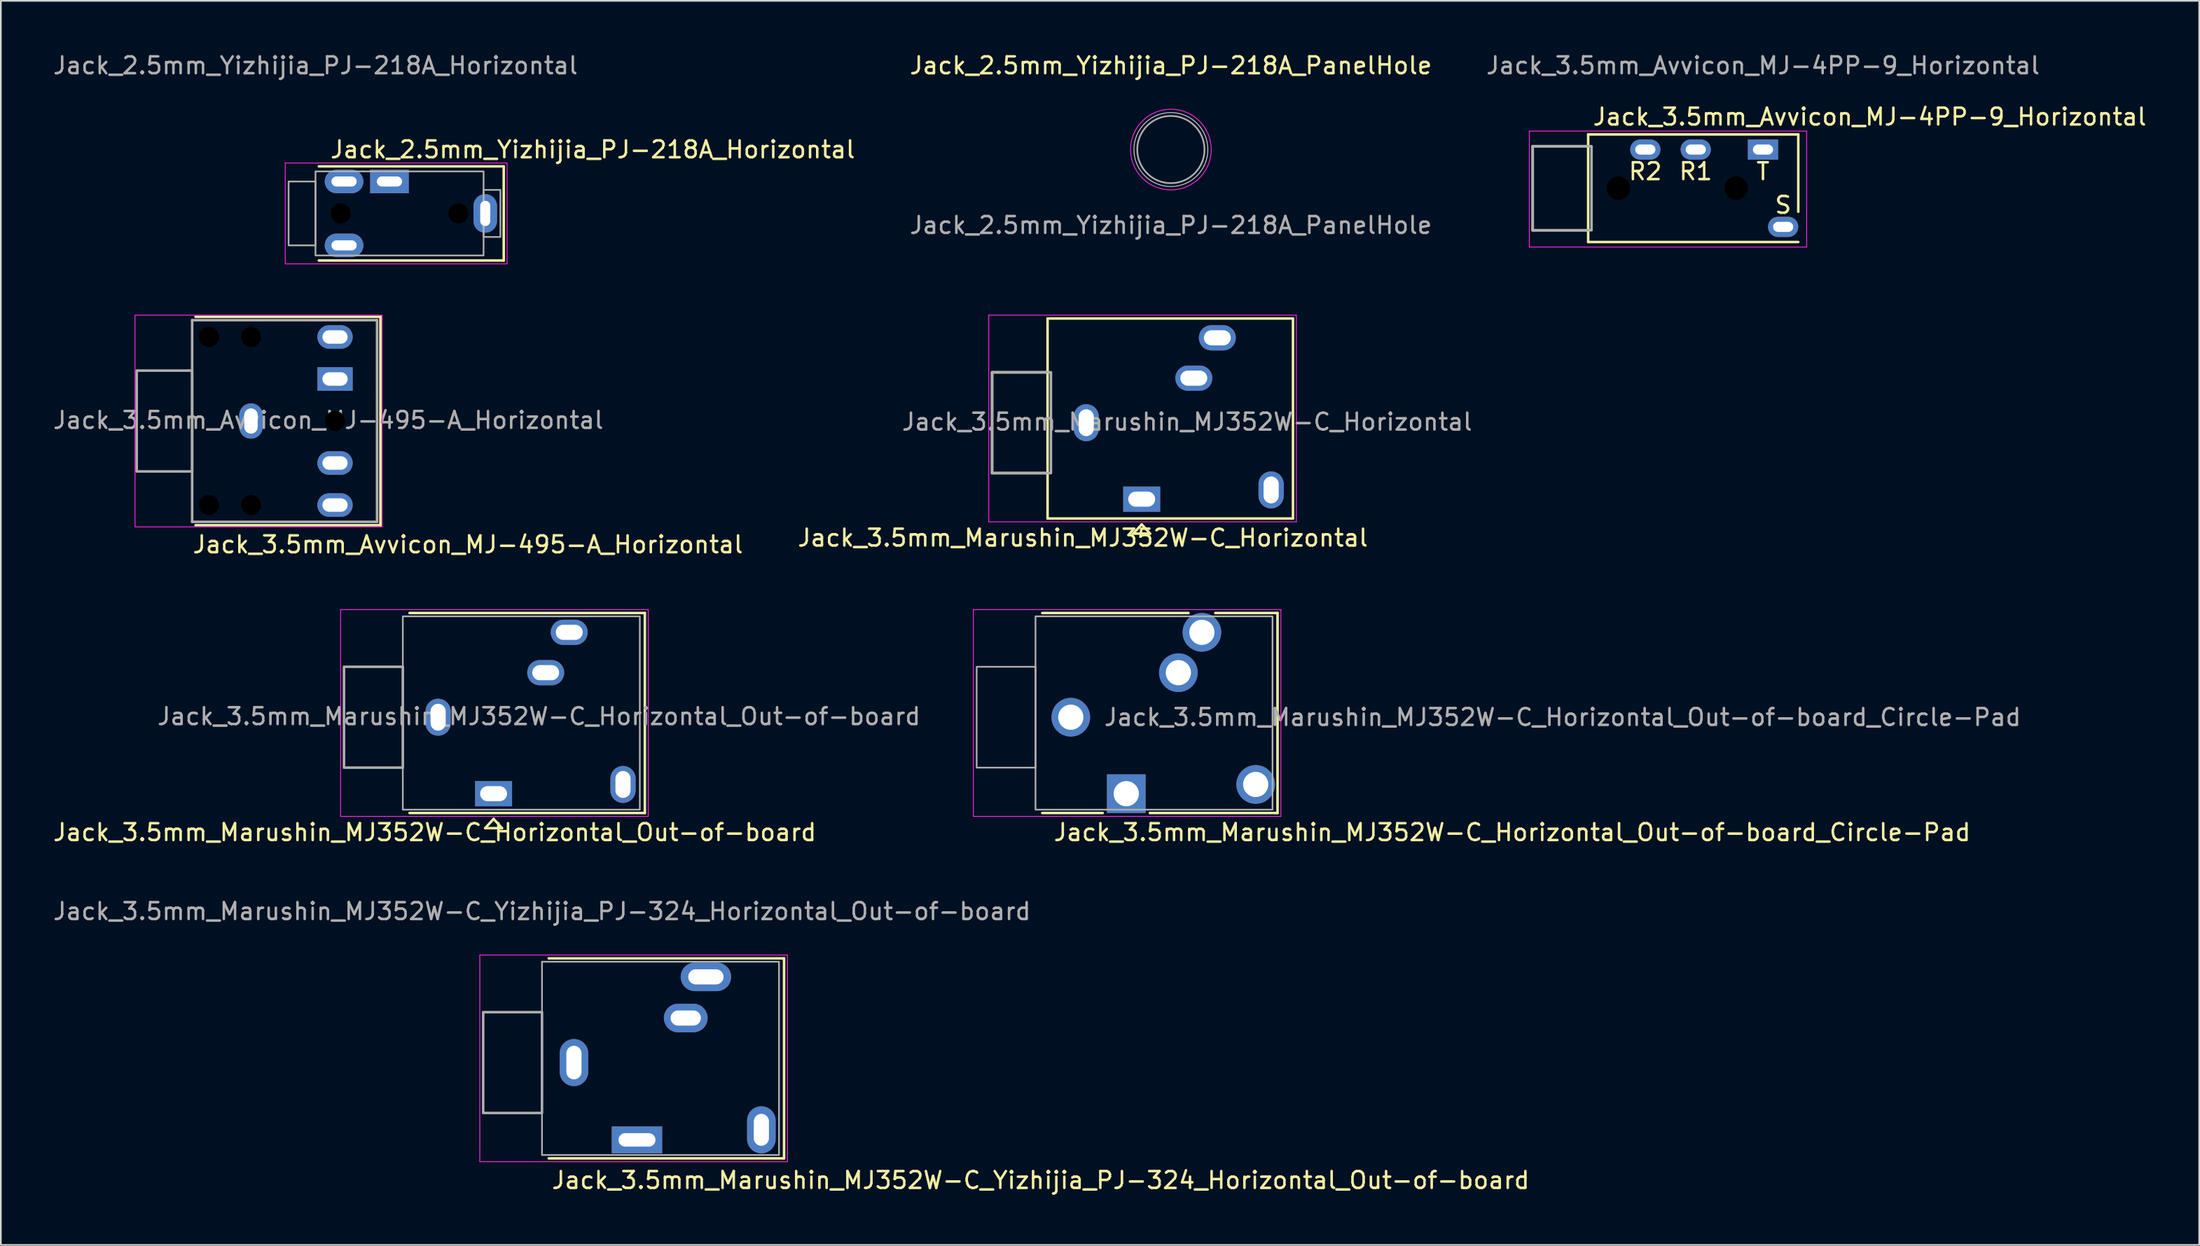
<source format=kicad_pcb>
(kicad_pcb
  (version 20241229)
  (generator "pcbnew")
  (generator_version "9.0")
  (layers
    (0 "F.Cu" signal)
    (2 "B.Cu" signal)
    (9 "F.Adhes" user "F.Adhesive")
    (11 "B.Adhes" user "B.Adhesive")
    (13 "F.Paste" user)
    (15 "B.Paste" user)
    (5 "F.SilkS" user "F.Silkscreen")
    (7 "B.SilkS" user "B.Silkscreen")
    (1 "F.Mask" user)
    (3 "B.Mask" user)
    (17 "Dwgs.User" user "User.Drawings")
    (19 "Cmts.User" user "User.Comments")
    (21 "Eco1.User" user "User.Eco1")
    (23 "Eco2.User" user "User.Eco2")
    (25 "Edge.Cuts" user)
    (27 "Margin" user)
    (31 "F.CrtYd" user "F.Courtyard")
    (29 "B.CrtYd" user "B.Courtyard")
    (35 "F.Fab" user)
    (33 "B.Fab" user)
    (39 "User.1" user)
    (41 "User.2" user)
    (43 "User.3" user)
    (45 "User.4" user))
  (footprint "Jack_3.5mm_Avvicon_MJ-495-A_Horizontal"
    (layer "F.Cu")
    (at 16.882 19.498)
    (property "Reference" "Jack_3.5mm_Avvicon_MJ-495-A_Horizontal" (at -8.55 9.85 0) (layer "F.SilkS") (effects (font (size 1 1) (thickness 0.15)) (justify left)))
    (attr through_hole)
    (fp_line (start -8.3 -3.7) (end 2.7 -3.7) (stroke (width 0.15) (type solid)) (layer "F.SilkS"))
    (fp_line (start 2.7 -3.7) (end 2.7 8.7) (stroke (width 0.15) (type solid)) (layer "F.SilkS"))
    (fp_line (start 2.7 8.7) (end -8.3 8.7) (stroke (width 0.15) (type solid)) (layer "F.SilkS"))
    (fp_rect (start -11.9 -3.8) (end 2.8 8.8) (stroke (width 0.05) (type default)) (fill no) (layer "F.CrtYd"))
    (fp_line (start -8.5 -3.5) (end -8.5 8.5) (stroke (width 0.15) (type default)) (layer "F.Fab"))
    (fp_line (start -8.5 8.5) (end 2.5 8.5) (stroke (width 0.15) (type default)) (layer "F.Fab"))
    (fp_line (start 2.5 -3.5) (end -8.5 -3.5) (stroke (width 0.15) (type default)) (layer "F.Fab"))
    (fp_line (start 2.5 8.5) (end 2.5 -3.5) (stroke (width 0.15) (type default)) (layer "F.Fab"))
    (fp_rect (start -11.8 -0.5) (end -8.5 5.5) (stroke (width 0.15) (type default)) (fill no) (layer "F.Fab"))
    (fp_text user "${REFERENCE}" (at -0.4 2.45 0) (layer "F.Fab") (effects (font (size 1 1) (thickness 0.15))))
    (pad "" np_thru_hole circle (at -7.5 -2.5) (size 1.3 1.3) (drill 1.2) (layers "*.Mask"))
    (pad "" np_thru_hole circle (at -7.5 7.5) (size 1.3 1.3) (drill 1.2) (layers "*.Mask"))
    (pad "" np_thru_hole circle (at -5 -2.5) (size 1.3 1.3) (drill 1.2) (layers "*.Mask"))
    (pad "" np_thru_hole circle (at -5 7.5) (size 1.3 1.3) (drill 1.2) (layers "*.Mask"))
    (pad "" np_thru_hole circle (at 0 2.5) (size 1.3 1.3) (drill 1.2) (layers "*.Mask"))
    (pad "R" thru_hole oval (at 0 7.5) (size 2.1 1.4) (drill oval 1.5 0.8) (layers "*.Cu" "*.Mask"))
    (pad "RN" thru_hole oval (at 0 5) (size 2.1 1.4) (drill oval 1.5 0.8) (layers "*.Cu" "*.Mask"))
    (pad "S" thru_hole oval (at -5 2.5 90) (size 2.1 1.4) (drill oval 1.5 0.8) (layers "*.Cu" "*.Mask"))
    (pad "T" thru_hole rect (at 0 0) (size 2.1 1.4) (drill oval 1.5 0.8) (layers "*.Cu" "*.Mask"))
    (pad "TN" thru_hole oval (at 0 -2.5) (size 2.1 1.4) (drill oval 1.5 0.8) (layers "*.Cu" "*.Mask")))
  (footprint "Jack_3.5mm_Marushin_MJ352W-C_Horizontal_Out-of-board_Circle-Pad"
    (layer "F.Cu")
    (at 58.556 39.621)
    (property "Reference" "Jack_3.5mm_Marushin_MJ352W-C_Horizontal_Out-of-board_Circle-Pad" (at 1 6.85 0) (layer "F.SilkS") (effects (font (size 1 1) (thickness 0.15)) (justify left)))
    (attr through_hole)
    (fp_line (start 0.4 -6.2) (end 9.1 -6.2) (stroke (width 0.15) (type solid)) (layer "F.SilkS"))
    (fp_line (start 4 5.7) (end 0.4 5.7) (stroke (width 0.15) (type solid)) (layer "F.SilkS"))
    (fp_line (start 10.7 -6.2) (end 14.4 -6.2) (stroke (width 0.15) (type solid)) (layer "F.SilkS"))
    (fp_line (start 14.4 -6.2) (end 14.4 5.7) (stroke (width 0.15) (type solid)) (layer "F.SilkS"))
    (fp_line (start 14.4 5.7) (end 6.8 5.7) (stroke (width 0.15) (type solid)) (layer "F.SilkS"))
    (fp_line (start -3.7 -6.4) (end -3.7 5.9) (stroke (width 0.05) (type solid)) (layer "F.CrtYd"))
    (fp_line (start -3.7 5.9) (end 14.6 5.9) (stroke (width 0.05) (type solid)) (layer "F.CrtYd"))
    (fp_line (start 14.6 -6.4) (end -3.7 -6.4) (stroke (width 0.05) (type solid)) (layer "F.CrtYd"))
    (fp_line (start 14.6 5.9) (end 14.6 -6.4) (stroke (width 0.05) (type solid)) (layer "F.CrtYd"))
    (fp_rect (start -3.5 -3) (end 0 3) (stroke (width 0.1) (type default)) (fill no) (layer "F.Fab"))
    (fp_rect (start 0 -6) (end 14.1 5.5) (stroke (width 0.1) (type default)) (fill no) (layer "F.Fab"))
    (fp_text user "${REFERENCE}" (at 4 0 0) (layer "F.Fab") (effects (font (size 1 1) (thickness 0.15)) (justify left)))
    (pad "R" thru_hole circle (at 9.9 -5.05 90) (size 2.3 2.3) (drill 1.5) (layers "*.Cu" "*.Mask"))
    (pad "RN" thru_hole circle (at 8.5 -2.65 90) (size 2.3 2.3) (drill 1.5) (layers "*.Cu" "*.Mask"))
    (pad "S" thru_hole circle (at 2.1 0 90) (size 2.3 2.3) (drill 1.5) (layers "*.Cu" "*.Mask"))
    (pad "T" thru_hole rect (at 5.4 4.55) (size 2.3 2.3) (drill 1.5) (layers "*.Cu" "*.Mask"))
    (pad "TN" thru_hole circle (at 13.1 4 90) (size 2.3 2.3) (drill 1.5) (layers "*.Cu" "*.Mask")))
  (footprint "Jack_2.5mm_Yizhijia_PJ-218A_Horizontal"
    (layer "F.Cu")
    (at 15.72 9.648)
    (property "Reference" "Jack_2.5mm_Yizhijia_PJ-218A_Horizontal" (at 0.8 -3.8 0) (layer "F.SilkS") (effects (font (size 1 1) (thickness 0.15)) (justify left)))
    (attr through_hole)
    (fp_line (start 0.2 -2.8) (end 11.2 -2.8) (stroke (width 0.15) (type solid)) (layer "F.SilkS"))
    (fp_line (start 11.2 -2.8) (end 11.2 2.8) (stroke (width 0.15) (type solid)) (layer "F.SilkS"))
    (fp_line (start 11.2 2.8) (end 0.2 2.8) (stroke (width 0.15) (type solid)) (layer "F.SilkS"))
    (fp_rect (start 11.4 -3) (end -1.8 3) (stroke (width 0.05) (type default)) (fill no) (layer "F.CrtYd"))
    (fp_rect (start -1.6 -1.9) (end 0 1.9) (stroke (width 0.1) (type default)) (fill no) (layer "F.Fab"))
    (fp_rect (start 0 -2.5) (end 10 2.5) (stroke (width 0.1) (type default)) (fill no) (layer "F.Fab"))
    (fp_rect (start 10 -1.4) (end 11 1.4) (stroke (width 0.1) (type default)) (fill no) (layer "F.Fab"))
    (fp_text user "${REFERENCE}" (at 0 -8.8 0) (layer "F.Fab") (effects (font (size 1 1) (thickness 0.15))))
    (pad "" np_thru_hole circle (at 1.5 0) (size 1.4 1.4) (drill 1.2) (layers "*.Mask"))
    (pad "" np_thru_hole circle (at 8.5 0) (size 1.4 1.4) (drill 1.2) (layers "*.Mask"))
    (pad "R1" thru_hole oval (at 10.1 0 90) (size 2.3 1.4) (drill oval 1.5 0.6) (layers "*.Cu" "*.Mask"))
    (pad "R2" thru_hole oval (at 1.7 -1.9) (size 2.3 1.4) (drill oval 1.5 0.6) (layers "*.Cu" "*.Mask"))
    (pad "S" thru_hole oval (at 1.7 1.9) (size 2.3 1.4) (drill oval 1.5 0.6) (layers "*.Cu" "*.Mask"))
    (pad "T" thru_hole rect (at 4.4 -1.9) (size 2.3 1.4) (drill oval 1.5 0.6) (layers "*.Cu" "*.Mask")))
  (footprint "Jack_3.5mm_Marushin_MJ352W-C_Horizontal"
    (layer "F.Cu")
    (at 64.874 26.648)
    (property "Reference" "Jack_3.5mm_Marushin_MJ352W-C_Horizontal" (at -3.5 2.3 0) (layer "F.SilkS") (effects (font (size 1 1) (thickness 0.15))))
    (attr through_hole)
    (fp_line (start -8.9 -7.55) (end -8.9 -1.55) (stroke (width 0.15) (type default)) (layer "F.SilkS"))
    (fp_line (start -8.9 -1.55) (end -5.6 -1.55) (stroke (width 0.15) (type default)) (layer "F.SilkS"))
    (fp_line (start -5.6 -10.75) (end 9 -10.75) (stroke (width 0.15) (type solid)) (layer "F.SilkS"))
    (fp_line (start -5.6 -7.55) (end -8.9 -7.55) (stroke (width 0.15) (type default)) (layer "F.SilkS"))
    (fp_line (start -5.6 1.15) (end -5.6 -10.75) (stroke (width 0.15) (type solid)) (layer "F.SilkS"))
    (fp_line (start -0.5 2.05) (end 0.5 2.05) (stroke (width 0.15) (type solid)) (layer "F.SilkS"))
    (fp_line (start 0 1.5) (end -0.5 2.05) (stroke (width 0.15) (type solid)) (layer "F.SilkS"))
    (fp_line (start 0.5 2.05) (end 0 1.5) (stroke (width 0.15) (type solid)) (layer "F.SilkS"))
    (fp_line (start 9 -10.75) (end 9 1.15) (stroke (width 0.15) (type solid)) (layer "F.SilkS"))
    (fp_line (start 9 1.15) (end -5.6 1.15) (stroke (width 0.15) (type solid)) (layer "F.SilkS"))
    (fp_line (start -9.1 -10.95) (end -9.1 1.35) (stroke (width 0.05) (type solid)) (layer "F.CrtYd"))
    (fp_line (start -9.1 1.35) (end 9.2 1.35) (stroke (width 0.05) (type solid)) (layer "F.CrtYd"))
    (fp_line (start 9.2 -10.95) (end -9.1 -10.95) (stroke (width 0.05) (type solid)) (layer "F.CrtYd"))
    (fp_line (start 9.2 1.35) (end 9.2 -10.95) (stroke (width 0.05) (type solid)) (layer "F.CrtYd"))
    (fp_rect (start -8.9 -7.55) (end -5.4 -1.55) (stroke (width 0.15) (type default)) (fill no) (layer "F.Fab"))
    (fp_text user "${REFERENCE}" (at 2.7 -4.6 0) (layer "F.Fab") (effects (font (size 1 1) (thickness 0.15))))
    (pad "R" thru_hole oval (at 4.5 -9.6) (size 2.2 1.5) (drill oval 1.6 0.9) (layers "*.Cu" "*.Mask"))
    (pad "RN" thru_hole oval (at 3.1 -7.2) (size 2.2 1.5) (drill oval 1.6 0.9) (layers "*.Cu" "*.Mask"))
    (pad "S" thru_hole oval (at -3.3 -4.55 90) (size 2.2 1.5) (drill oval 1.6 0.9) (layers "*.Cu" "*.Mask"))
    (pad "T" thru_hole rect (at 0 0) (size 2.2 1.5) (drill oval 1.6 0.9) (layers "*.Cu" "*.Mask"))
    (pad "TN" thru_hole oval (at 7.7 -0.55 90) (size 2.2 1.5) (drill oval 1.6 0.9) (layers "*.Cu" "*.Mask")))
  (footprint "Jack_3.5mm_Marushin_MJ352W-C_Horizontal_Out-of-board"
    (layer "F.Cu")
    (at 20.915 39.621)
    (property "Reference" "Jack_3.5mm_Marushin_MJ352W-C_Horizontal_Out-of-board" (at 1.9 6.85 0) (layer "F.SilkS") (effects (font (size 1 1) (thickness 0.15))))
    (attr through_hole)
    (fp_line (start 0.4 -6.2) (end 14.4 -6.2) (stroke (width 0.15) (type solid)) (layer "F.SilkS"))
    (fp_line (start 4.9 6.6) (end 5.9 6.6) (stroke (width 0.15) (type solid)) (layer "F.SilkS"))
    (fp_line (start 5.4 6.05) (end 4.9 6.6) (stroke (width 0.15) (type solid)) (layer "F.SilkS"))
    (fp_line (start 5.9 6.6) (end 5.4 6.05) (stroke (width 0.15) (type solid)) (layer "F.SilkS"))
    (fp_line (start 14.4 -6.2) (end 14.4 5.7) (stroke (width 0.15) (type solid)) (layer "F.SilkS"))
    (fp_line (start 14.4 5.7) (end 0.4 5.7) (stroke (width 0.15) (type solid)) (layer "F.SilkS"))
    (fp_line (start -3.7 -6.4) (end -3.7 5.9) (stroke (width 0.05) (type solid)) (layer "F.CrtYd"))
    (fp_line (start -3.7 5.9) (end 14.6 5.9) (stroke (width 0.05) (type solid)) (layer "F.CrtYd"))
    (fp_line (start 14.6 -6.4) (end -3.7 -6.4) (stroke (width 0.05) (type solid)) (layer "F.CrtYd"))
    (fp_line (start 14.6 5.9) (end 14.6 -6.4) (stroke (width 0.05) (type solid)) (layer "F.CrtYd"))
    (fp_rect (start -3.5 -3) (end 0 3) (stroke (width 0.15) (type default)) (fill no) (layer "F.Fab"))
    (fp_rect (start 0 -6) (end 14.1 5.5) (stroke (width 0.1) (type default)) (fill no) (layer "F.Fab"))
    (fp_text user "${REFERENCE}" (at 8.1 -0.05 0) (layer "F.Fab") (effects (font (size 1 1) (thickness 0.15))))
    (pad "R" thru_hole oval (at 9.9 -5.05) (size 2.2 1.5) (drill oval 1.6 0.9) (layers "*.Cu" "*.Mask"))
    (pad "RN" thru_hole oval (at 8.5 -2.65) (size 2.2 1.5) (drill oval 1.6 0.9) (layers "*.Cu" "*.Mask"))
    (pad "S" thru_hole oval (at 2.1 0 90) (size 2.2 1.5) (drill oval 1.6 0.9) (layers "*.Cu" "*.Mask"))
    (pad "T" thru_hole rect (at 5.4 4.55) (size 2.2 1.5) (drill oval 1.6 0.9) (layers "*.Cu" "*.Mask"))
    (pad "TN" thru_hole oval (at 13.1 4 90) (size 2.2 1.5) (drill oval 1.6 0.9) (layers "*.Cu" "*.Mask")))
  (footprint "Jack_2.5mm_Yizhijia_PJ-218A_PanelHole"
    (layer "F.Cu")
    (at 66.61 7.848)
    (property "Reference" "Jack_2.5mm_Yizhijia_PJ-218A_PanelHole" (at 0 -7 0) (unlocked yes) (layer "F.SilkS") (effects (font (size 1 1) (thickness 0.15))))
    (attr board_only exclude_from_pos_files exclude_from_bom)
    (fp_circle (center 0 -2) (end 2.2 -2) (stroke (width 0.05) (type default)) (fill no) (layer "Edge.Cuts"))
    (fp_circle (center 0 -2) (end 2.4 -2) (stroke (width 0.05) (type default)) (fill no) (layer "F.CrtYd"))
    (fp_circle (center 0 -2) (end 2 -2) (stroke (width 0.1) (type default)) (fill no) (layer "F.Fab"))
    (fp_text user "${REFERENCE}" (at 0 2.5 0) (unlocked yes) (layer "F.Fab") (effects (font (size 1 1) (thickness 0.15)))))
  (footprint "Jack_3.5mm_Avvicon_MJ-4PP-9_Horizontal"
    (layer "F.Cu")
    (at 101.836 5.848)
    (property "Reference" "Jack_3.5mm_Avvicon_MJ-4PP-9_Horizontal" (at -10.2 -1.95 0) (layer "F.SilkS") (effects (font (size 1 1) (thickness 0.15)) (justify left)))
    (attr through_hole)
    (fp_line (start -13.7 -0.2) (end -13.7 4.8) (stroke (width 0.15) (type default)) (layer "F.SilkS"))
    (fp_line (start -13.7 4.8) (end -10.4 4.8) (stroke (width 0.15) (type default)) (layer "F.SilkS"))
    (fp_line (start -10.4 -0.9) (end 2.1 -0.9) (stroke (width 0.15) (type solid)) (layer "F.SilkS"))
    (fp_line (start -10.4 -0.2) (end -13.7 -0.2) (stroke (width 0.15) (type default)) (layer "F.SilkS"))
    (fp_line (start -10.4 5.5) (end -10.4 -0.9) (stroke (width 0.15) (type solid)) (layer "F.SilkS"))
    (fp_line (start 2.1 -0.9) (end 2.1 3.7) (stroke (width 0.15) (type solid)) (layer "F.SilkS"))
    (fp_line (start 2.1 5.5) (end -10.4 5.5) (stroke (width 0.15) (type solid)) (layer "F.SilkS"))
    (fp_line (start -13.9 -1.1) (end -13.9 5.8) (stroke (width 0.05) (type default)) (layer "F.CrtYd"))
    (fp_line (start -13.9 5.8) (end 2.6 5.8) (stroke (width 0.05) (type default)) (layer "F.CrtYd"))
    (fp_line (start 2.6 -1.1) (end -13.9 -1.1) (stroke (width 0.05) (type default)) (layer "F.CrtYd"))
    (fp_line (start 2.6 5.8) (end 2.6 -1.1) (stroke (width 0.05) (type default)) (layer "F.CrtYd"))
    (fp_rect (start -13.7 -0.2) (end -10.2 4.8) (stroke (width 0.15) (type default)) (fill no) (layer "F.Fab"))
    (fp_text user "R2" (at -7 1.3 0) (unlocked yes) (layer "F.SilkS") (effects (font (size 1 1) (thickness 0.15))))
    (fp_text user "T" (at 0 1.3 0) (unlocked yes) (layer "F.SilkS") (effects (font (size 1 1) (thickness 0.15))))
    (fp_text user "S" (at 1.2 3.3 0) (unlocked yes) (layer "F.SilkS") (effects (font (size 1 1) (thickness 0.15))))
    (fp_text user "R1" (at -4 1.3 0) (unlocked yes) (layer "F.SilkS") (effects (font (size 1 1) (thickness 0.15))))
    (fp_text user "${REFERENCE}" (at 0 -5 0) (layer "F.Fab") (effects (font (size 1 1) (thickness 0.15))))
    (pad "" np_thru_hole circle (at -8.6 2.3 90) (size 1.6 1.6) (drill 1.4) (layers "*.Mask"))
    (pad "" np_thru_hole circle (at -1.6 2.3 90) (size 1.6 1.6) (drill 1.4) (layers "*.Mask"))
    (pad "R1" thru_hole oval (at -4 0) (size 1.8 1.2) (drill oval 1.2 0.6) (layers "*.Cu" "*.Mask"))
    (pad "R2" thru_hole oval (at -7 0) (size 1.8 1.2) (drill oval 1.2 0.6) (layers "*.Cu" "*.Mask"))
    (pad "S" thru_hole oval (at 1.2 4.6) (size 1.8 1.2) (drill oval 1.2 0.6) (layers "*.Cu" "*.Mask"))
    (pad "T" thru_hole rect (at 0 0) (size 1.8 1.2) (drill oval 1.2 0.6) (layers "*.Cu" "*.Mask")))
  (footprint "Jack_3.5mm_Marushin_MJ352W-C_Yizhijia_PJ-324_Horizontal_Out-of-board"
    (layer "F.Cu")
    (at 29.196 60.168)
    (property "Reference" "Jack_3.5mm_Marushin_MJ352W-C_Yizhijia_PJ-324_Horizontal_Out-of-board" (at 0.5 7 0) (layer "F.SilkS") (effects (font (size 1 1) (thickness 0.15)) (justify left)))
    (attr through_hole)
    (fp_line (start 0.4 -6.2) (end 14.4 -6.2) (stroke (width 0.15) (type solid)) (layer "F.SilkS"))
    (fp_line (start 14.4 -6.2) (end 14.4 5.7) (stroke (width 0.15) (type solid)) (layer "F.SilkS"))
    (fp_line (start 14.4 5.7) (end 0.4 5.7) (stroke (width 0.15) (type solid)) (layer "F.SilkS"))
    (fp_line (start -3.7 -6.4) (end -3.7 5.9) (stroke (width 0.05) (type solid)) (layer "F.CrtYd"))
    (fp_line (start -3.7 5.9) (end 14.6 5.9) (stroke (width 0.05) (type solid)) (layer "F.CrtYd"))
    (fp_line (start 14.6 -6.4) (end -3.7 -6.4) (stroke (width 0.05) (type solid)) (layer "F.CrtYd"))
    (fp_line (start 14.6 5.9) (end 14.6 -6.4) (stroke (width 0.05) (type solid)) (layer "F.CrtYd"))
    (fp_line (start 2.1 -0.7) (end 2.1 0.7) (stroke (width 0.2) (type default)) (layer "F.Fab"))
    (fp_line (start 4.7 4.55) (end 6.1 4.55) (stroke (width 0.2) (type default)) (layer "F.Fab"))
    (fp_line (start 7.8 -2.65) (end 9.2 -2.65) (stroke (width 0.2) (type default)) (layer "F.Fab"))
    (fp_line (start 9.2 -5) (end 10.6 -5) (stroke (width 0.2) (type default)) (layer "F.Fab"))
    (fp_line (start 13.1 3.3) (end 13.1 4.7) (stroke (width 0.2) (type default)) (layer "F.Fab"))
    (fp_rect (start -3.5 -3) (end 0 3) (stroke (width 0.15) (type default)) (fill no) (layer "F.Fab"))
    (fp_rect (start 0 -6) (end 14.1 5.5) (stroke (width 0.1) (type default)) (fill no) (layer "F.Fab"))
    (fp_line (start 1.7 -0.7) (end 1.7 0.7) (stroke (width 0.2) (type default)) (layer "User.2"))
    (fp_line (start 6.6 4.6) (end 5.2 4.6) (stroke (width 0.2) (type default)) (layer "User.2"))
    (fp_line (start 7.9 -2.6) (end 9.3 -2.6) (stroke (width 0.2) (type default)) (layer "User.2"))
    (fp_line (start 8.9 -5.2) (end 10.3 -5.2) (stroke (width 0.2) (type default)) (layer "User.2"))
    (fp_line (start 13 3.4) (end 13 4.8) (stroke (width 0.2) (type default)) (layer "User.2"))
    (fp_text user "${REFERENCE}" (at 0 -9 0) (layer "F.Fab") (effects (font (size 1 1) (thickness 0.15))))
    (pad "R" thru_hole oval (at 9.75 -5.1) (size 3 1.7) (drill oval 2.1 0.9) (layers "*.Cu" "*.Mask"))
    (pad "RN" thru_hole oval (at 8.55 -2.65) (size 2.6 1.7) (drill oval 1.8 0.9) (layers "*.Cu" "*.Mask"))
    (pad "S" thru_hole oval (at 1.9 0) (size 1.7 2.8) (drill oval 0.9 2) (layers "*.Cu" "*.Mask"))
    (pad "T" thru_hole rect (at 5.65 4.6) (size 3 1.6) (drill oval 2.2 0.8) (layers "*.Cu" "*.Mask"))
    (pad "TN" thru_hole oval (at 13.05 4 90) (size 2.8 1.7) (drill oval 1.9 0.9) (layers "*.Cu" "*.Mask")))
  (gr_rect
    (start -3 -3)
    (end 127.79 71.016)
    (stroke (width 0.1) (type default))
    (fill no)
    (layer "Edge.Cuts")))
</source>
